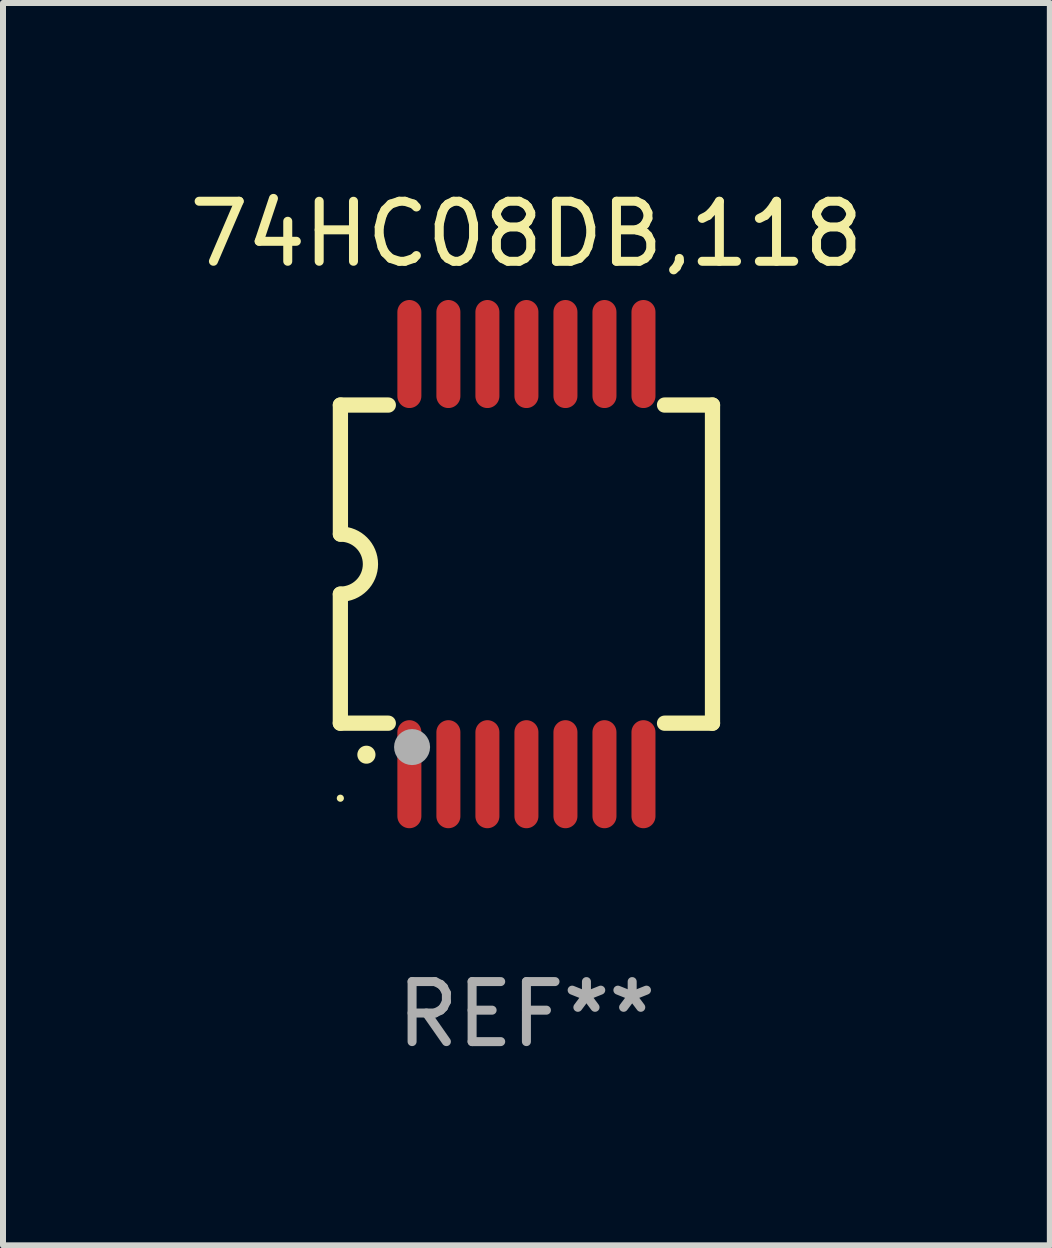
<source format=kicad_pcb>
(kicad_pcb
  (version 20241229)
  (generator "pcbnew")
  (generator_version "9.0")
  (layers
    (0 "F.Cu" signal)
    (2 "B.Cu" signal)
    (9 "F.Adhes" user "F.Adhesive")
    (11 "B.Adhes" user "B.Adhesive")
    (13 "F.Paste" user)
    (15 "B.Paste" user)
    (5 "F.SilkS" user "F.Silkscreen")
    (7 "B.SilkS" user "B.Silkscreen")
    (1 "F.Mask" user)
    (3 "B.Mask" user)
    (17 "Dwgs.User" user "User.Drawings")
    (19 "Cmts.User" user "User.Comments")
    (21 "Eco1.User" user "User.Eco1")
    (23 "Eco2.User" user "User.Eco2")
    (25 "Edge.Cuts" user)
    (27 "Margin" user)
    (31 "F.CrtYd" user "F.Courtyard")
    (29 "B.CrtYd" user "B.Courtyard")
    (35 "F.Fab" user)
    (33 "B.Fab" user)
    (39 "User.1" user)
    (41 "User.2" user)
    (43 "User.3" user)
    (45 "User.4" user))
  (footprint "74HC08DB,118"
    (layer "F.Cu")
    (at 5.72 6.348)
    (property "Reference" "74HC08DB,118" (at 0 -5.5 0) (layer "F.SilkS") (effects (font (size 1 1) (thickness 0.15))))
    (attr through_hole)
    (fp_line (start -3.1 2.65) (end -3.1 0.5) (stroke (width 0.254) (type solid)) (layer "F.SilkS"))
    (fp_line (start -3.099 -2.65) (end -2.301 -2.65) (stroke (width 0.254) (type solid)) (layer "F.SilkS"))
    (fp_line (start -3.099 -0.5) (end -3.099 -2.65) (stroke (width 0.254) (type solid)) (layer "F.SilkS"))
    (fp_line (start -2.301 2.65) (end -3.1 2.65) (stroke (width 0.254) (type solid)) (layer "F.SilkS"))
    (fp_line (start 2.301 -2.65) (end 3.1 -2.65) (stroke (width 0.254) (type solid)) (layer "F.SilkS"))
    (fp_line (start 3.1 -2.65) (end 3.1 2.65) (stroke (width 0.254) (type solid)) (layer "F.SilkS"))
    (fp_line (start 3.1 2.65) (end 2.301 2.65) (stroke (width 0.254) (type solid)) (layer "F.SilkS"))
    (fp_arc (start -3.098806 -0.500381) (mid -2.598806 0) (end -3.098806 0.500381) (stroke (width 0.254001) (type solid)) (layer "F.SilkS"))
    (fp_arc (start -2.667005 3.175006) (mid -2.665735 3.175001) (end -2.664465 3.175006) (stroke (width 0.3) (type solid)) (layer "F.SilkS"))
    (fp_circle (center -3.1 3.9) (end -3.07 3.9) (stroke (width 0.06) (type solid)) (fill no) (layer "F.SilkS"))
    (fp_circle (center -1.905 3.048) (end -1.755 3.048) (stroke (width 0.3) (type solid)) (fill no) (layer "F.Fab"))
    (fp_text user "REF**" (at 0 7.5 0) (layer "F.Fab") (effects (font (size 1 1) (thickness 0.15))))
    (pad "1" smd oval (at -1.95 3.5 270) (size 1.8 0.4) (layers "F.Cu" "F.Mask" "F.Paste"))
    (pad "2" smd oval (at -1.3 3.5 270) (size 1.8 0.4) (layers "F.Cu" "F.Mask" "F.Paste"))
    (pad "3" smd oval (at -0.65 3.5 270) (size 1.8 0.4) (layers "F.Cu" "F.Mask" "F.Paste"))
    (pad "4" smd oval (at 0 3.5 270) (size 1.8 0.4) (layers "F.Cu" "F.Mask" "F.Paste"))
    (pad "5" smd oval (at 0.65 3.5 270) (size 1.8 0.4) (layers "F.Cu" "F.Mask" "F.Paste"))
    (pad "6" smd oval (at 1.3 3.5 270) (size 1.8 0.4) (layers "F.Cu" "F.Mask" "F.Paste"))
    (pad "7" smd oval (at 1.95 3.5 270) (size 1.8 0.4) (layers "F.Cu" "F.Mask" "F.Paste"))
    (pad "8" smd oval (at 1.95 -3.5 90) (size 1.8 0.4) (layers "F.Cu" "F.Mask" "F.Paste"))
    (pad "9" smd oval (at 1.3 -3.5 90) (size 1.8 0.4) (layers "F.Cu" "F.Mask" "F.Paste"))
    (pad "10" smd oval (at 0.65 -3.5 90) (size 1.8 0.4) (layers "F.Cu" "F.Mask" "F.Paste"))
    (pad "11" smd oval (at 0 -3.5 90) (size 1.8 0.4) (layers "F.Cu" "F.Mask" "F.Paste"))
    (pad "12" smd oval (at -0.65 -3.5 90) (size 1.8 0.4) (layers "F.Cu" "F.Mask" "F.Paste"))
    (pad "13" smd oval (at -1.3 -3.5 90) (size 1.8 0.4) (layers "F.Cu" "F.Mask" "F.Paste"))
    (pad "14" smd oval (at -1.95 -3.5 90) (size 1.8 0.4) (layers "F.Cu" "F.Mask" "F.Paste")))
  (gr_rect
    (start -3 -3)
    (end 14.44 17.697)
    (stroke (width 0.1) (type default))
    (fill no)
    (layer "Edge.Cuts")))
</source>
